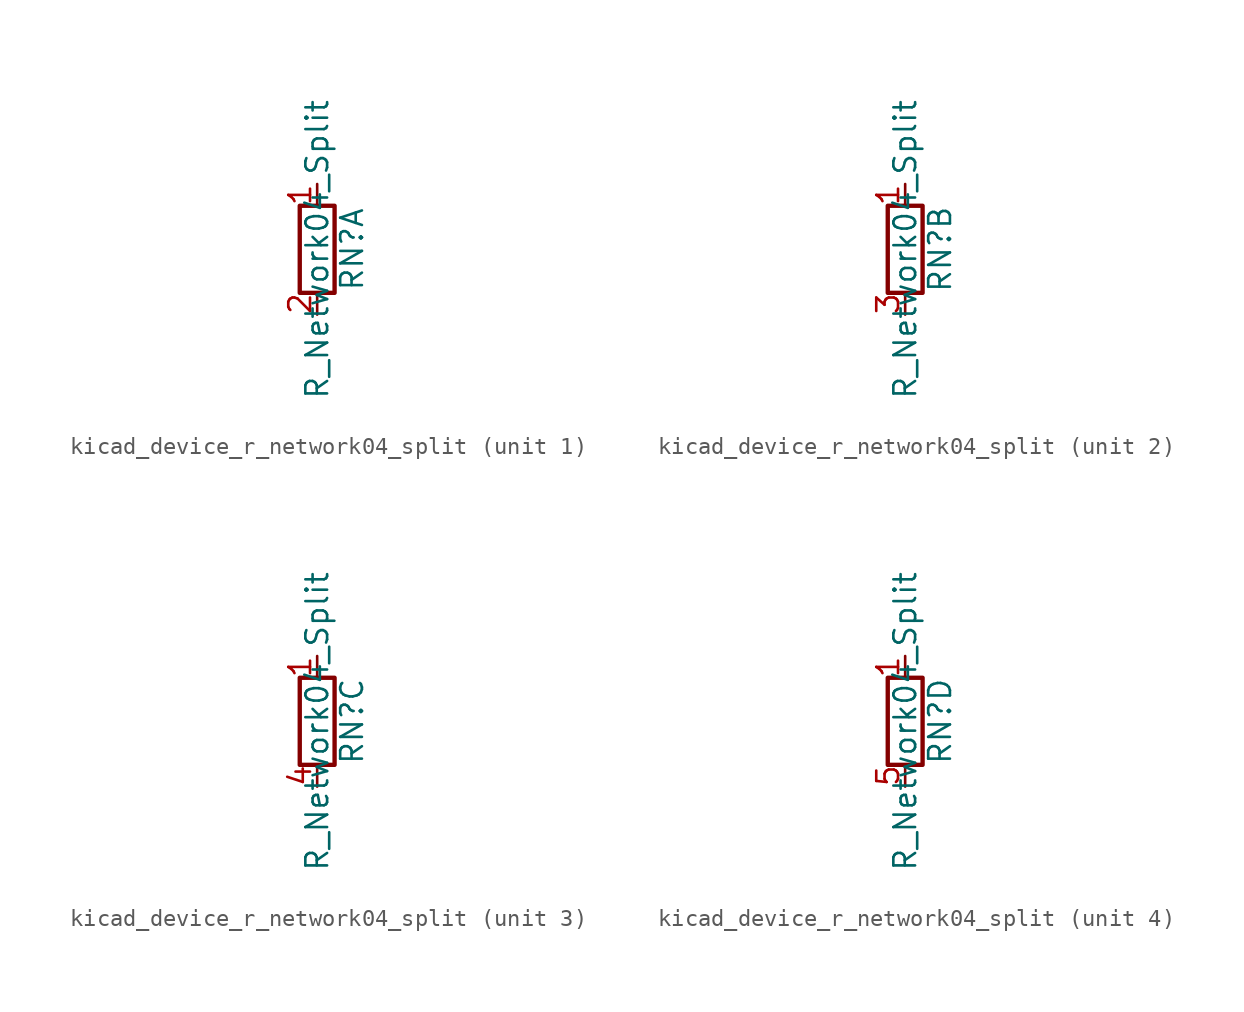
<source format=kicad_sym>
(kicad_symbol_lib
  (version 20220914)
  (generator kicad_symbol_editor)
  (symbol "kicad_device_r_network04_split"
    (pin_names
      (offset 0) hide)
    (property "Reference" "RN"
      (at 2.032 0 90)
      (effects (font (size 1.27 1.27))))
    (property "Value" "R_Network04_Split"
      (at 0 0 90)
      (effects (font (size 1.27 1.27))))
    (symbol "kicad_device_r_network04_split_0_1"
      (rectangle (start 1.016 2.54) (end -1.016 -2.54) (stroke (width 0.254) (type default)) (fill (type none)))
      (pin passive line (at 0 3.81 270) (length 1.27) (name "R1" (effects (font (size 1.27 1.27)))) (number "1" (effects (font (size 1.27 1.27))))))
    (symbol "kicad_device_r_network04_split_1_1"
      (pin passive line (at 0 -3.81 90) (length 1.27) (name "R1.2" (effects (font (size 1.27 1.27)))) (number "2" (effects (font (size 1.27 1.27))))))
    (symbol "kicad_device_r_network04_split_2_1"
      (pin passive line (at 0 -3.81 90) (length 1.27) (name "R2.2" (effects (font (size 1.27 1.27)))) (number "3" (effects (font (size 1.27 1.27))))))
    (symbol "kicad_device_r_network04_split_3_1"
      (pin passive line (at 0 -3.81 90) (length 1.27) (name "R3.2" (effects (font (size 1.27 1.27)))) (number "4" (effects (font (size 1.27 1.27))))))
    (symbol "kicad_device_r_network04_split_4_1"
      (pin passive line (at 0 -3.81 90) (length 1.27) (name "R4.2" (effects (font (size 1.27 1.27)))) (number "5" (effects (font (size 1.27 1.27))))))))
</source>
